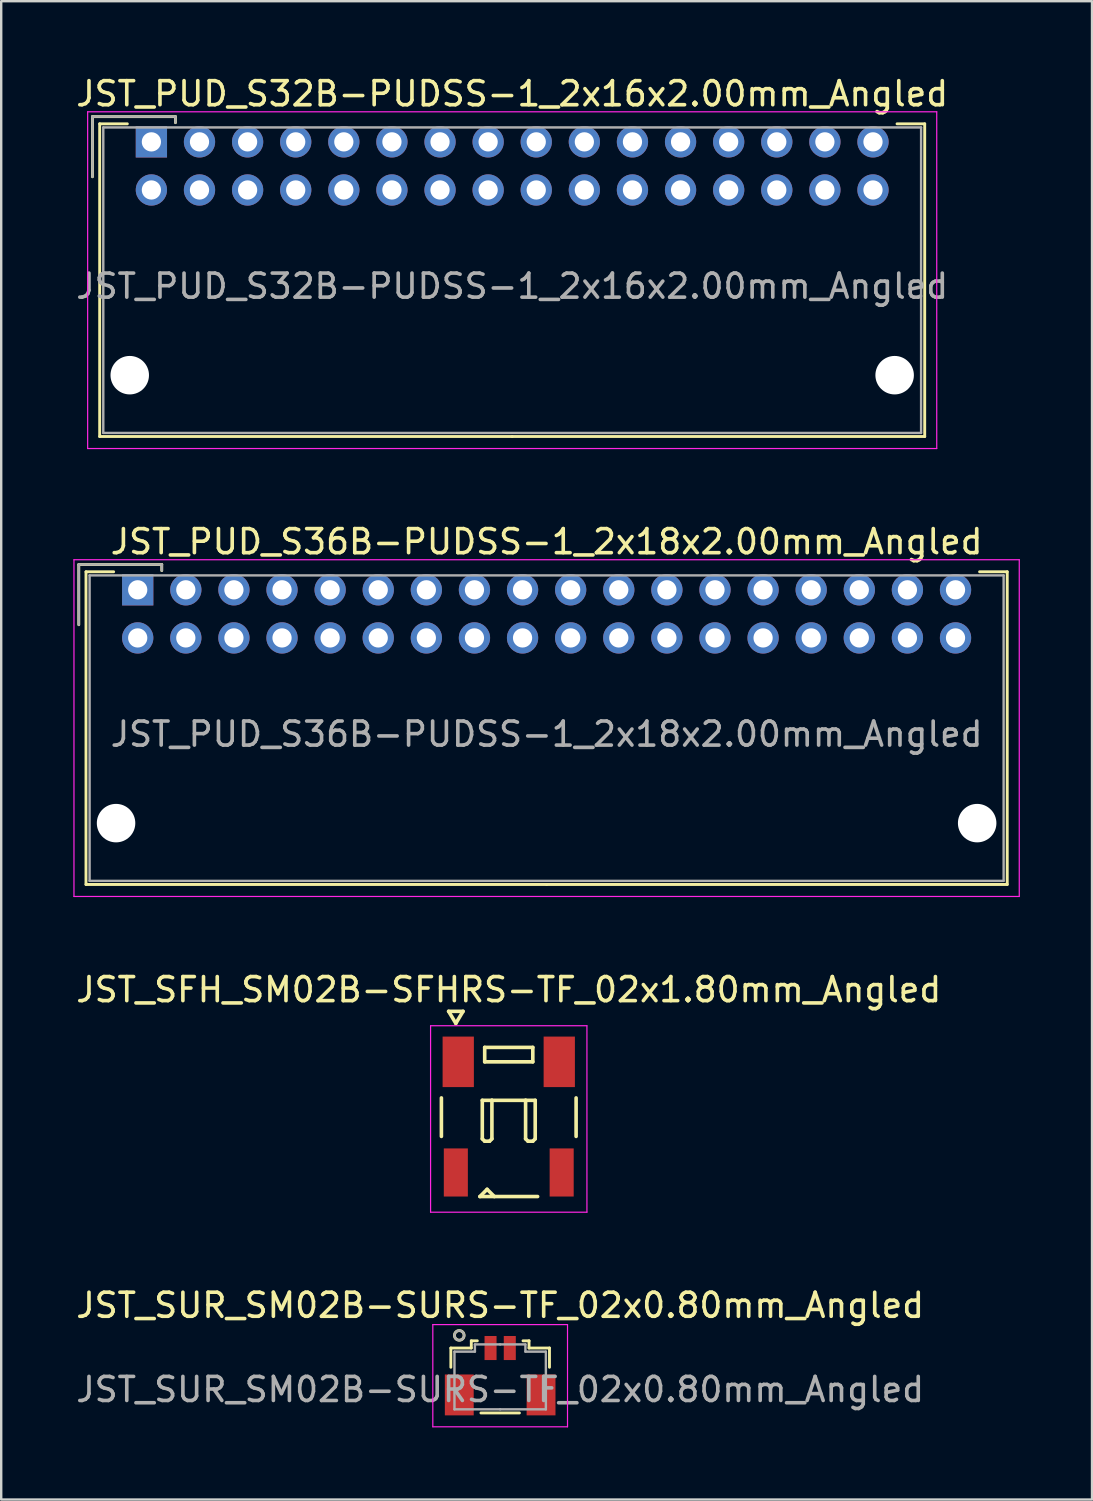
<source format=kicad_pcb>
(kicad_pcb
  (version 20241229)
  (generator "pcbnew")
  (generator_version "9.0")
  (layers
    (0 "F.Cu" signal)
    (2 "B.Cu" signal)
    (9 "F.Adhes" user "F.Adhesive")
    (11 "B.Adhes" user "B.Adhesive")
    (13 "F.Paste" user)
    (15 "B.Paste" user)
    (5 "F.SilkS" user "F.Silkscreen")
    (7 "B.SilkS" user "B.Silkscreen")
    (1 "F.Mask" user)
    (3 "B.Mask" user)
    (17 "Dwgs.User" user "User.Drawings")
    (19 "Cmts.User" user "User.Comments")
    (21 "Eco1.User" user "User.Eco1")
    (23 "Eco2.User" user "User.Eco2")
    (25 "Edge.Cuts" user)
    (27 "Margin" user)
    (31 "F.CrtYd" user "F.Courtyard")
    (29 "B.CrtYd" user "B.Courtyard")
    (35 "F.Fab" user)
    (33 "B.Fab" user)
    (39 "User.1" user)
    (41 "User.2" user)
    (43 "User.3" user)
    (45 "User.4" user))
  (footprint "JST_PUD_S32B-PUDSS-1_2x16x2.00mm_Angled"
    (layer "F.Cu")
    (at 3.244 2.848)
    (property "Reference" "JST_PUD_S32B-PUDSS-1_2x16x2.00mm_Angled" (at 15 -2 0) (layer "F.SilkS") (effects (font (size 1 1) (thickness 0.15))))
    (attr through_hole)
    (fp_line (start -2.45 -1.05) (end -2.45 1.45) (stroke (width 0.12) (type solid)) (layer "F.SilkS"))
    (fp_line (start -2.15 -0.75) (end -2.15 12.25) (stroke (width 0.12) (type solid)) (layer "F.SilkS"))
    (fp_line (start -2.15 12.25) (end 15 12.25) (stroke (width 0.12) (type solid)) (layer "F.SilkS"))
    (fp_line (start -1 -0.75) (end -2.15 -0.75) (stroke (width 0.12) (type solid)) (layer "F.SilkS"))
    (fp_line (start 1 -1.05) (end -2.45 -1.05) (stroke (width 0.12) (type solid)) (layer "F.SilkS"))
    (fp_line (start 1 -0.8) (end 1 -1.05) (stroke (width 0.12) (type solid)) (layer "F.SilkS"))
    (fp_line (start 31 -0.75) (end 32.15 -0.75) (stroke (width 0.12) (type solid)) (layer "F.SilkS"))
    (fp_line (start 32.15 -0.75) (end 32.15 12.25) (stroke (width 0.12) (type solid)) (layer "F.SilkS"))
    (fp_line (start 32.15 12.25) (end 15 12.25) (stroke (width 0.12) (type solid)) (layer "F.SilkS"))
    (fp_line (start -2.65 -1.25) (end -2.65 12.75) (stroke (width 0.05) (type solid)) (layer "F.CrtYd"))
    (fp_line (start -2.65 12.75) (end 32.65 12.75) (stroke (width 0.05) (type solid)) (layer "F.CrtYd"))
    (fp_line (start 32.65 -1.25) (end -2.65 -1.25) (stroke (width 0.05) (type solid)) (layer "F.CrtYd"))
    (fp_line (start 32.65 12.75) (end 32.65 -1.25) (stroke (width 0.05) (type solid)) (layer "F.CrtYd"))
    (fp_line (start -2.45 -1.05) (end -2.45 1.45) (stroke (width 0.1) (type solid)) (layer "F.Fab"))
    (fp_line (start -2 -0.6) (end -2 12.1) (stroke (width 0.1) (type solid)) (layer "F.Fab"))
    (fp_line (start -2 12.1) (end 32 12.1) (stroke (width 0.1) (type solid)) (layer "F.Fab"))
    (fp_line (start 1 -1.05) (end -2.45 -1.05) (stroke (width 0.1) (type solid)) (layer "F.Fab"))
    (fp_line (start 1 -0.8) (end 1 -1.05) (stroke (width 0.1) (type solid)) (layer "F.Fab"))
    (fp_line (start 32 -0.6) (end -2 -0.6) (stroke (width 0.1) (type solid)) (layer "F.Fab"))
    (fp_line (start 32 12.1) (end 32 -0.6) (stroke (width 0.1) (type solid)) (layer "F.Fab"))
    (fp_text user "${REFERENCE}" (at 15 6 0) (layer "F.Fab") (effects (font (size 1 1) (thickness 0.15))))
    (pad "" np_thru_hole circle (at -0.9 9.7) (size 1.6 1.6) (drill 1.6) (layers "*.Cu"))
    (pad "" np_thru_hole circle (at 30.9 9.7) (size 1.6 1.6) (drill 1.6) (layers "*.Cu"))
    (pad "1" thru_hole rect (at 0 0) (size 1.3 1.3) (drill 0.8) (layers "*.Cu" "*.Mask"))
    (pad "2" thru_hole circle (at 0 2) (size 1.3 1.3) (drill 0.8) (layers "*.Cu" "*.Mask"))
    (pad "3" thru_hole circle (at 2 0) (size 1.3 1.3) (drill 0.8) (layers "*.Cu" "*.Mask"))
    (pad "4" thru_hole circle (at 2 2) (size 1.3 1.3) (drill 0.8) (layers "*.Cu" "*.Mask"))
    (pad "5" thru_hole circle (at 4 0) (size 1.3 1.3) (drill 0.8) (layers "*.Cu" "*.Mask"))
    (pad "6" thru_hole circle (at 4 2) (size 1.3 1.3) (drill 0.8) (layers "*.Cu" "*.Mask"))
    (pad "7" thru_hole circle (at 6 0) (size 1.3 1.3) (drill 0.8) (layers "*.Cu" "*.Mask"))
    (pad "8" thru_hole circle (at 6 2) (size 1.3 1.3) (drill 0.8) (layers "*.Cu" "*.Mask"))
    (pad "9" thru_hole circle (at 8 0) (size 1.3 1.3) (drill 0.8) (layers "*.Cu" "*.Mask"))
    (pad "10" thru_hole circle (at 8 2) (size 1.3 1.3) (drill 0.8) (layers "*.Cu" "*.Mask"))
    (pad "11" thru_hole circle (at 10 0) (size 1.3 1.3) (drill 0.8) (layers "*.Cu" "*.Mask"))
    (pad "12" thru_hole circle (at 10 2) (size 1.3 1.3) (drill 0.8) (layers "*.Cu" "*.Mask"))
    (pad "13" thru_hole circle (at 12 0) (size 1.3 1.3) (drill 0.8) (layers "*.Cu" "*.Mask"))
    (pad "14" thru_hole circle (at 12 2) (size 1.3 1.3) (drill 0.8) (layers "*.Cu" "*.Mask"))
    (pad "15" thru_hole circle (at 14 0) (size 1.3 1.3) (drill 0.8) (layers "*.Cu" "*.Mask"))
    (pad "16" thru_hole circle (at 14 2) (size 1.3 1.3) (drill 0.8) (layers "*.Cu" "*.Mask"))
    (pad "17" thru_hole circle (at 16 0) (size 1.3 1.3) (drill 0.8) (layers "*.Cu" "*.Mask"))
    (pad "18" thru_hole circle (at 16 2) (size 1.3 1.3) (drill 0.8) (layers "*.Cu" "*.Mask"))
    (pad "19" thru_hole circle (at 18 0) (size 1.3 1.3) (drill 0.8) (layers "*.Cu" "*.Mask"))
    (pad "20" thru_hole circle (at 18 2) (size 1.3 1.3) (drill 0.8) (layers "*.Cu" "*.Mask"))
    (pad "21" thru_hole circle (at 20 0) (size 1.3 1.3) (drill 0.8) (layers "*.Cu" "*.Mask"))
    (pad "22" thru_hole circle (at 20 2) (size 1.3 1.3) (drill 0.8) (layers "*.Cu" "*.Mask"))
    (pad "23" thru_hole circle (at 22 0) (size 1.3 1.3) (drill 0.8) (layers "*.Cu" "*.Mask"))
    (pad "24" thru_hole circle (at 22 2) (size 1.3 1.3) (drill 0.8) (layers "*.Cu" "*.Mask"))
    (pad "25" thru_hole circle (at 24 0) (size 1.3 1.3) (drill 0.8) (layers "*.Cu" "*.Mask"))
    (pad "26" thru_hole circle (at 24 2) (size 1.3 1.3) (drill 0.8) (layers "*.Cu" "*.Mask"))
    (pad "27" thru_hole circle (at 26 0) (size 1.3 1.3) (drill 0.8) (layers "*.Cu" "*.Mask"))
    (pad "28" thru_hole circle (at 26 2) (size 1.3 1.3) (drill 0.8) (layers "*.Cu" "*.Mask"))
    (pad "29" thru_hole circle (at 28 0) (size 1.3 1.3) (drill 0.8) (layers "*.Cu" "*.Mask"))
    (pad "30" thru_hole circle (at 28 2) (size 1.3 1.3) (drill 0.8) (layers "*.Cu" "*.Mask"))
    (pad "31" thru_hole circle (at 30 0) (size 1.3 1.3) (drill 0.8) (layers "*.Cu" "*.Mask"))
    (pad "32" thru_hole circle (at 30 2) (size 1.3 1.3) (drill 0.8) (layers "*.Cu" "*.Mask")))
  (footprint "JST_SUR_SM02B-SURS-TF_02x0.80mm_Angled"
    (layer "F.Cu")
    (at 17.744 53.968)
    (property "Reference" "JST_SUR_SM02B-SURS-TF_02x0.80mm_Angled" (at 0 -2.75 0) (layer "F.SilkS") (effects (font (size 1 1) (thickness 0.15))))
    (attr smd)
    (fp_line (start -2.05 -0.975) (end -2.05 -0.175) (stroke (width 0.12) (type solid)) (layer "F.SilkS"))
    (fp_line (start -1.2 -1.275) (end -1.2 -0.975) (stroke (width 0.12) (type solid)) (layer "F.SilkS"))
    (fp_line (start -1.2 -0.975) (end -2.05 -0.975) (stroke (width 0.12) (type solid)) (layer "F.SilkS"))
    (fp_line (start -0.95 -1.275) (end -1.2 -1.275) (stroke (width 0.12) (type solid)) (layer "F.SilkS"))
    (fp_line (start -0.8 1.725) (end 0.8 1.725) (stroke (width 0.12) (type solid)) (layer "F.SilkS"))
    (fp_line (start 0.95 -1.275) (end 1.2 -1.275) (stroke (width 0.12) (type solid)) (layer "F.SilkS"))
    (fp_line (start 1.2 -1.275) (end 1.2 -0.975) (stroke (width 0.12) (type solid)) (layer "F.SilkS"))
    (fp_line (start 1.2 -0.975) (end 2.05 -0.975) (stroke (width 0.12) (type solid)) (layer "F.SilkS"))
    (fp_line (start 2.05 -0.975) (end 2.05 -0.175) (stroke (width 0.12) (type solid)) (layer "F.SilkS"))
    (fp_circle (center -1.7 -1.5) (end -1.5 -1.5) (stroke (width 0.12) (type solid)) (fill no) (layer "F.SilkS"))
    (fp_line (start -2.8 -1.95) (end 2.8 -1.95) (stroke (width 0.05) (type solid)) (layer "F.CrtYd"))
    (fp_line (start -2.8 2.3) (end -2.8 -1.95) (stroke (width 0.05) (type solid)) (layer "F.CrtYd"))
    (fp_line (start 2.8 -1.95) (end 2.8 2.3) (stroke (width 0.05) (type solid)) (layer "F.CrtYd"))
    (fp_line (start 2.8 2.3) (end -2.8 2.3) (stroke (width 0.05) (type solid)) (layer "F.CrtYd"))
    (fp_line (start -1.9 -0.825) (end -1.9 1.575) (stroke (width 0.1) (type solid)) (layer "F.Fab"))
    (fp_line (start -1.9 1.575) (end 0 1.575) (stroke (width 0.1) (type solid)) (layer "F.Fab"))
    (fp_line (start -1.05 -1.125) (end -1.05 -0.825) (stroke (width 0.1) (type solid)) (layer "F.Fab"))
    (fp_line (start -1.05 -0.825) (end -1.9 -0.825) (stroke (width 0.1) (type solid)) (layer "F.Fab"))
    (fp_line (start 0 -1.125) (end -1.05 -1.125) (stroke (width 0.1) (type solid)) (layer "F.Fab"))
    (fp_line (start 0 -1.125) (end 1.05 -1.125) (stroke (width 0.1) (type solid)) (layer "F.Fab"))
    (fp_line (start 1.05 -1.125) (end 1.05 -0.825) (stroke (width 0.1) (type solid)) (layer "F.Fab"))
    (fp_line (start 1.05 -0.825) (end 1.9 -0.825) (stroke (width 0.1) (type solid)) (layer "F.Fab"))
    (fp_line (start 1.9 -0.825) (end 1.9 1.575) (stroke (width 0.1) (type solid)) (layer "F.Fab"))
    (fp_line (start 1.9 1.575) (end 0 1.575) (stroke (width 0.1) (type solid)) (layer "F.Fab"))
    (fp_circle (center -1.7 -1.5) (end -1.5 -1.5) (stroke (width 0.1) (type solid)) (fill no) (layer "F.Fab"))
    (fp_text user "${REFERENCE}" (at 0 0.75 0) (layer "F.Fab") (effects (font (size 1 1) (thickness 0.15))))
    (pad "" smd rect (at -1.7 0.975) (size 1.2 1.7) (layers "F.Cu" "F.Mask" "F.Paste"))
    (pad "" smd rect (at 1.7 0.975) (size 1.2 1.7) (layers "F.Cu" "F.Mask" "F.Paste"))
    (pad "1" smd rect (at -0.4 -0.975) (size 0.5 1) (layers "F.Cu" "F.Mask" "F.Paste"))
    (pad "2" smd rect (at 0.4 -0.975) (size 0.5 1) (layers "F.Cu" "F.Mask" "F.Paste")))
  (footprint "JST_SFH_SM02B-SFHRS-TF_02x1.80mm_Angled"
    (layer "F.Cu")
    (at 18.101 43.395)
    (property "Reference" "JST_SFH_SM02B-SFHRS-TF_02x1.80mm_Angled" (at 0 -5.3 0) (layer "F.SilkS") (effects (font (size 1 1) (thickness 0.15))))
    (attr smd)
    (fp_line (start -2.8 -0.8) (end -2.8 0.8) (stroke (width 0.15) (type solid)) (layer "F.SilkS"))
    (fp_line (start -2.5 -4.4) (end -2.2 -3.9) (stroke (width 0.15) (type solid)) (layer "F.SilkS"))
    (fp_line (start -2.2 -3.9) (end -1.9 -4.4) (stroke (width 0.15) (type solid)) (layer "F.SilkS"))
    (fp_line (start -1.9 -4.4) (end -2.5 -4.4) (stroke (width 0.15) (type solid)) (layer "F.SilkS"))
    (fp_line (start -1.2 3.3) (end -0.9 3) (stroke (width 0.15) (type solid)) (layer "F.SilkS"))
    (fp_line (start -1.1 -0.7) (end -1.1 0.9) (stroke (width 0.15) (type solid)) (layer "F.SilkS"))
    (fp_line (start -1.1 0.9) (end -1 1) (stroke (width 0.15) (type solid)) (layer "F.SilkS"))
    (fp_line (start -1 -2.9) (end -1 -2.3) (stroke (width 0.15) (type solid)) (layer "F.SilkS"))
    (fp_line (start -1 -2.9) (end 1 -2.9) (stroke (width 0.15) (type solid)) (layer "F.SilkS"))
    (fp_line (start -1 -2.3) (end 1 -2.3) (stroke (width 0.15) (type solid)) (layer "F.SilkS"))
    (fp_line (start -1 1) (end -0.8 1) (stroke (width 0.15) (type solid)) (layer "F.SilkS"))
    (fp_line (start -0.9 3) (end -0.6 3.3) (stroke (width 0.15) (type solid)) (layer "F.SilkS"))
    (fp_line (start -0.8 1) (end -0.7 0.9) (stroke (width 0.15) (type solid)) (layer "F.SilkS"))
    (fp_line (start -0.7 -0.7) (end -1.1 -0.7) (stroke (width 0.15) (type solid)) (layer "F.SilkS"))
    (fp_line (start -0.7 -0.7) (end 0.7 -0.7) (stroke (width 0.15) (type solid)) (layer "F.SilkS"))
    (fp_line (start -0.7 0.9) (end -0.7 -0.7) (stroke (width 0.15) (type solid)) (layer "F.SilkS"))
    (fp_line (start 0.7 -0.7) (end 1.1 -0.7) (stroke (width 0.15) (type solid)) (layer "F.SilkS"))
    (fp_line (start 0.7 0.9) (end 0.7 -0.7) (stroke (width 0.15) (type solid)) (layer "F.SilkS"))
    (fp_line (start 0.8 1) (end 0.7 0.9) (stroke (width 0.15) (type solid)) (layer "F.SilkS"))
    (fp_line (start 1 -2.3) (end 1 -2.9) (stroke (width 0.15) (type solid)) (layer "F.SilkS"))
    (fp_line (start 1 1) (end 0.8 1) (stroke (width 0.15) (type solid)) (layer "F.SilkS"))
    (fp_line (start 1.1 -0.7) (end 1.1 0.9) (stroke (width 0.15) (type solid)) (layer "F.SilkS"))
    (fp_line (start 1.1 0.9) (end 1 1) (stroke (width 0.15) (type solid)) (layer "F.SilkS"))
    (fp_line (start 1.2 3.3) (end -1.2 3.3) (stroke (width 0.15) (type solid)) (layer "F.SilkS"))
    (fp_line (start 2.8 -0.8) (end 2.8 0.8) (stroke (width 0.15) (type solid)) (layer "F.SilkS"))
    (fp_line (start -3.25 -3.8) (end -3.25 3.95) (stroke (width 0.05) (type solid)) (layer "F.CrtYd"))
    (fp_line (start -3.25 3.95) (end 3.25 3.95) (stroke (width 0.05) (type solid)) (layer "F.CrtYd"))
    (fp_line (start 3.25 -3.8) (end -3.25 -3.8) (stroke (width 0.05) (type solid)) (layer "F.CrtYd"))
    (fp_line (start 3.25 3.95) (end 3.25 -3.8) (stroke (width 0.05) (type solid)) (layer "F.CrtYd"))
    (pad "" smd rect (at -2.2 2.3) (size 1 2) (layers "F.Cu" "F.Mask" "F.Paste"))
    (pad "" smd rect (at 2.2 2.3) (size 1 2) (layers "F.Cu" "F.Mask" "F.Paste"))
    (pad "1" smd rect (at -2.1 -2.3) (size 1.3 2.1) (layers "F.Cu" "F.Mask" "F.Paste"))
    (pad "2" smd rect (at 2.1 -2.3) (size 1.3 2.1) (layers "F.Cu" "F.Mask" "F.Paste")))
  (footprint "JST_PUD_S36B-PUDSS-1_2x18x2.00mm_Angled"
    (layer "F.Cu")
    (at 2.675 21.471)
    (property "Reference" "JST_PUD_S36B-PUDSS-1_2x18x2.00mm_Angled" (at 17 -2 0) (layer "F.SilkS") (effects (font (size 1 1) (thickness 0.15))))
    (attr through_hole)
    (fp_line (start -2.45 -1.05) (end -2.45 1.45) (stroke (width 0.12) (type solid)) (layer "F.SilkS"))
    (fp_line (start -2.15 -0.75) (end -2.15 12.25) (stroke (width 0.12) (type solid)) (layer "F.SilkS"))
    (fp_line (start -2.15 12.25) (end 17 12.25) (stroke (width 0.12) (type solid)) (layer "F.SilkS"))
    (fp_line (start -1 -0.75) (end -2.15 -0.75) (stroke (width 0.12) (type solid)) (layer "F.SilkS"))
    (fp_line (start 1 -1.05) (end -2.45 -1.05) (stroke (width 0.12) (type solid)) (layer "F.SilkS"))
    (fp_line (start 1 -0.8) (end 1 -1.05) (stroke (width 0.12) (type solid)) (layer "F.SilkS"))
    (fp_line (start 35 -0.75) (end 36.15 -0.75) (stroke (width 0.12) (type solid)) (layer "F.SilkS"))
    (fp_line (start 36.15 -0.75) (end 36.15 12.25) (stroke (width 0.12) (type solid)) (layer "F.SilkS"))
    (fp_line (start 36.15 12.25) (end 17 12.25) (stroke (width 0.12) (type solid)) (layer "F.SilkS"))
    (fp_line (start -2.65 -1.25) (end -2.65 12.75) (stroke (width 0.05) (type solid)) (layer "F.CrtYd"))
    (fp_line (start -2.65 12.75) (end 36.65 12.75) (stroke (width 0.05) (type solid)) (layer "F.CrtYd"))
    (fp_line (start 36.65 -1.25) (end -2.65 -1.25) (stroke (width 0.05) (type solid)) (layer "F.CrtYd"))
    (fp_line (start 36.65 12.75) (end 36.65 -1.25) (stroke (width 0.05) (type solid)) (layer "F.CrtYd"))
    (fp_line (start -2.45 -1.05) (end -2.45 1.45) (stroke (width 0.1) (type solid)) (layer "F.Fab"))
    (fp_line (start -2 -0.6) (end -2 12.1) (stroke (width 0.1) (type solid)) (layer "F.Fab"))
    (fp_line (start -2 12.1) (end 36 12.1) (stroke (width 0.1) (type solid)) (layer "F.Fab"))
    (fp_line (start 1 -1.05) (end -2.45 -1.05) (stroke (width 0.1) (type solid)) (layer "F.Fab"))
    (fp_line (start 1 -0.8) (end 1 -1.05) (stroke (width 0.1) (type solid)) (layer "F.Fab"))
    (fp_line (start 36 -0.6) (end -2 -0.6) (stroke (width 0.1) (type solid)) (layer "F.Fab"))
    (fp_line (start 36 12.1) (end 36 -0.6) (stroke (width 0.1) (type solid)) (layer "F.Fab"))
    (fp_text user "${REFERENCE}" (at 17 6 0) (layer "F.Fab") (effects (font (size 1 1) (thickness 0.15))))
    (pad "" np_thru_hole circle (at -0.9 9.7) (size 1.6 1.6) (drill 1.6) (layers "*.Cu"))
    (pad "" np_thru_hole circle (at 34.9 9.7) (size 1.6 1.6) (drill 1.6) (layers "*.Cu"))
    (pad "1" thru_hole rect (at 0 0) (size 1.3 1.3) (drill 0.8) (layers "*.Cu" "*.Mask"))
    (pad "2" thru_hole circle (at 0 2) (size 1.3 1.3) (drill 0.8) (layers "*.Cu" "*.Mask"))
    (pad "3" thru_hole circle (at 2 0) (size 1.3 1.3) (drill 0.8) (layers "*.Cu" "*.Mask"))
    (pad "4" thru_hole circle (at 2 2) (size 1.3 1.3) (drill 0.8) (layers "*.Cu" "*.Mask"))
    (pad "5" thru_hole circle (at 4 0) (size 1.3 1.3) (drill 0.8) (layers "*.Cu" "*.Mask"))
    (pad "6" thru_hole circle (at 4 2) (size 1.3 1.3) (drill 0.8) (layers "*.Cu" "*.Mask"))
    (pad "7" thru_hole circle (at 6 0) (size 1.3 1.3) (drill 0.8) (layers "*.Cu" "*.Mask"))
    (pad "8" thru_hole circle (at 6 2) (size 1.3 1.3) (drill 0.8) (layers "*.Cu" "*.Mask"))
    (pad "9" thru_hole circle (at 8 0) (size 1.3 1.3) (drill 0.8) (layers "*.Cu" "*.Mask"))
    (pad "10" thru_hole circle (at 8 2) (size 1.3 1.3) (drill 0.8) (layers "*.Cu" "*.Mask"))
    (pad "11" thru_hole circle (at 10 0) (size 1.3 1.3) (drill 0.8) (layers "*.Cu" "*.Mask"))
    (pad "12" thru_hole circle (at 10 2) (size 1.3 1.3) (drill 0.8) (layers "*.Cu" "*.Mask"))
    (pad "13" thru_hole circle (at 12 0) (size 1.3 1.3) (drill 0.8) (layers "*.Cu" "*.Mask"))
    (pad "14" thru_hole circle (at 12 2) (size 1.3 1.3) (drill 0.8) (layers "*.Cu" "*.Mask"))
    (pad "15" thru_hole circle (at 14 0) (size 1.3 1.3) (drill 0.8) (layers "*.Cu" "*.Mask"))
    (pad "16" thru_hole circle (at 14 2) (size 1.3 1.3) (drill 0.8) (layers "*.Cu" "*.Mask"))
    (pad "17" thru_hole circle (at 16 0) (size 1.3 1.3) (drill 0.8) (layers "*.Cu" "*.Mask"))
    (pad "18" thru_hole circle (at 16 2) (size 1.3 1.3) (drill 0.8) (layers "*.Cu" "*.Mask"))
    (pad "19" thru_hole circle (at 18 0) (size 1.3 1.3) (drill 0.8) (layers "*.Cu" "*.Mask"))
    (pad "20" thru_hole circle (at 18 2) (size 1.3 1.3) (drill 0.8) (layers "*.Cu" "*.Mask"))
    (pad "21" thru_hole circle (at 20 0) (size 1.3 1.3) (drill 0.8) (layers "*.Cu" "*.Mask"))
    (pad "22" thru_hole circle (at 20 2) (size 1.3 1.3) (drill 0.8) (layers "*.Cu" "*.Mask"))
    (pad "23" thru_hole circle (at 22 0) (size 1.3 1.3) (drill 0.8) (layers "*.Cu" "*.Mask"))
    (pad "24" thru_hole circle (at 22 2) (size 1.3 1.3) (drill 0.8) (layers "*.Cu" "*.Mask"))
    (pad "25" thru_hole circle (at 24 0) (size 1.3 1.3) (drill 0.8) (layers "*.Cu" "*.Mask"))
    (pad "26" thru_hole circle (at 24 2) (size 1.3 1.3) (drill 0.8) (layers "*.Cu" "*.Mask"))
    (pad "27" thru_hole circle (at 26 0) (size 1.3 1.3) (drill 0.8) (layers "*.Cu" "*.Mask"))
    (pad "28" thru_hole circle (at 26 2) (size 1.3 1.3) (drill 0.8) (layers "*.Cu" "*.Mask"))
    (pad "29" thru_hole circle (at 28 0) (size 1.3 1.3) (drill 0.8) (layers "*.Cu" "*.Mask"))
    (pad "30" thru_hole circle (at 28 2) (size 1.3 1.3) (drill 0.8) (layers "*.Cu" "*.Mask"))
    (pad "31" thru_hole circle (at 30 0) (size 1.3 1.3) (drill 0.8) (layers "*.Cu" "*.Mask"))
    (pad "32" thru_hole circle (at 30 2) (size 1.3 1.3) (drill 0.8) (layers "*.Cu" "*.Mask"))
    (pad "33" thru_hole circle (at 32 0) (size 1.3 1.3) (drill 0.8) (layers "*.Cu" "*.Mask"))
    (pad "34" thru_hole circle (at 32 2) (size 1.3 1.3) (drill 0.8) (layers "*.Cu" "*.Mask"))
    (pad "35" thru_hole circle (at 34 0) (size 1.3 1.3) (drill 0.8) (layers "*.Cu" "*.Mask"))
    (pad "36" thru_hole circle (at 34 2) (size 1.3 1.3) (drill 0.8) (layers "*.Cu" "*.Mask")))
  (gr_rect
    (start -3 -3)
    (end 42.35 59.293)
    (stroke (width 0.1) (type default))
    (fill no)
    (layer "Edge.Cuts")))
</source>
